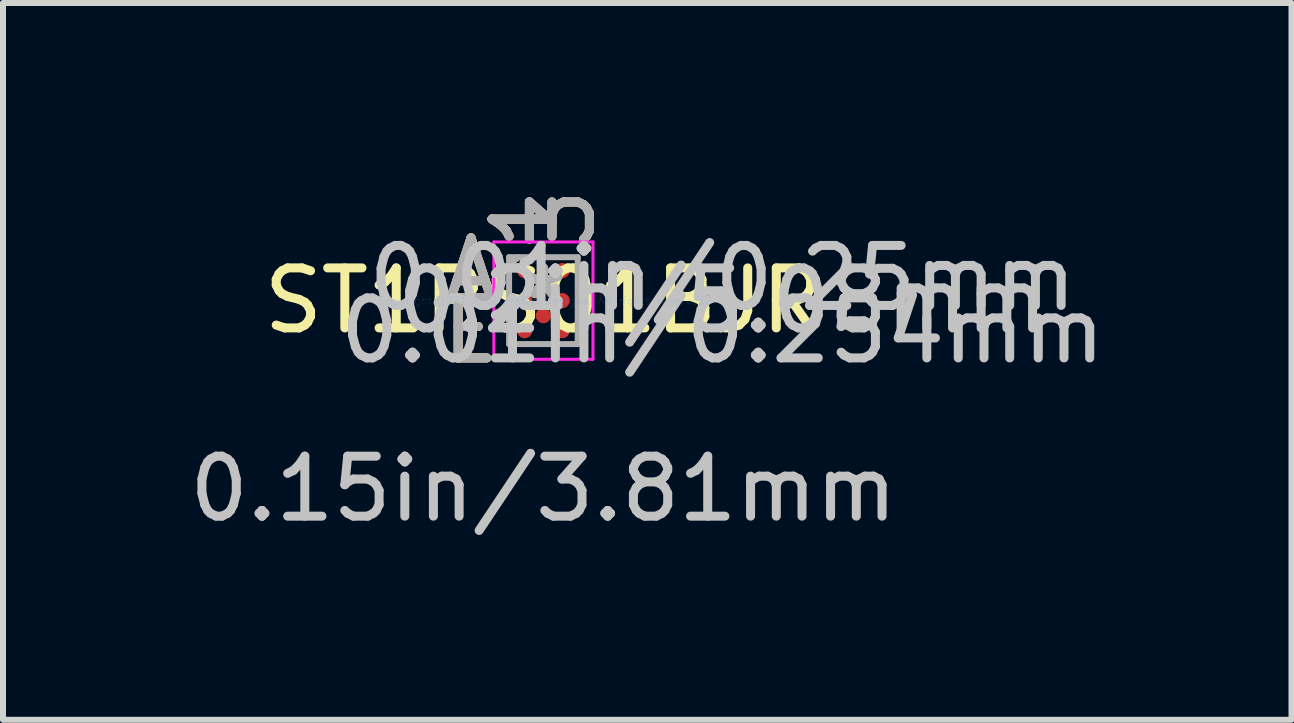
<source format=kicad_pcb>
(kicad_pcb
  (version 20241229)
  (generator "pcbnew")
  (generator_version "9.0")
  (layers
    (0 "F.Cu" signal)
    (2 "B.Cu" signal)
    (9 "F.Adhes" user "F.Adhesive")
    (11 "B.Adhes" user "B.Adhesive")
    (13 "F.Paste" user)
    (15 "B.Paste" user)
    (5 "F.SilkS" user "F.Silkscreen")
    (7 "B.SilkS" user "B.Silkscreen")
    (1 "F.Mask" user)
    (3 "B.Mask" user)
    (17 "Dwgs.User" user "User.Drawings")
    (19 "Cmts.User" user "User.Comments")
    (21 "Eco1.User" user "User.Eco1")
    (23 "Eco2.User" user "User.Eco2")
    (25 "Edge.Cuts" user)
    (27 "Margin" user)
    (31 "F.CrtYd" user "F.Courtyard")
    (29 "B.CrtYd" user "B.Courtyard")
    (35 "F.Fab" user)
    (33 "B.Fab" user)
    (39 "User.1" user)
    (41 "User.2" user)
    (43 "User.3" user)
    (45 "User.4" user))
  (footprint "ST1PS01BJR"
    (layer "F.Cu")
    (at 6.006 1.96)
    (property "Reference" "ST1PS01BJR" (at 0 0 0) (layer "F.SilkS") (effects (font (size 1 1) (thickness 0.15))))
    (attr through_hole)
    (fp_line (start -0.826 -0.978) (end 0.826 -0.978) (stroke (width 0.05) (type solid)) (layer "F.CrtYd"))
    (fp_line (start -0.826 0.978) (end -0.826 -0.978) (stroke (width 0.05) (type solid)) (layer "F.CrtYd"))
    (fp_line (start 0.826 -0.978) (end 0.826 0.978) (stroke (width 0.05) (type solid)) (layer "F.CrtYd"))
    (fp_line (start 0.826 0.978) (end -0.826 0.978) (stroke (width 0.05) (type solid)) (layer "F.CrtYd"))
    (fp_line (start -0.572 -0.724) (end -0.572 0.724) (stroke (width 0.1) (type solid)) (layer "F.Fab"))
    (fp_line (start -0.572 0.724) (end 0.572 0.724) (stroke (width 0.1) (type solid)) (layer "F.Fab"))
    (fp_line (start -0.415 -0.724) (end -0.572 -0.599) (stroke (width 0.1) (type solid)) (layer "F.Fab"))
    (fp_line (start 0.572 -0.724) (end -0.572 -0.724) (stroke (width 0.1) (type solid)) (layer "F.Fab"))
    (fp_line (start 0.572 0.724) (end 0.572 -0.724) (stroke (width 0.1) (type solid)) (layer "F.Fab"))
    (fp_text user "*" (at 0 0 0) (layer "F.SilkS") (effects (font (size 1 1) (thickness 0.15))))
    (fp_text user "3" (at 0.312 -1.359 90) (layer "F.SilkS") (effects (font (size 1 1) (thickness 0.15))))
    (fp_text user "A" (at -1.206 -0.5 0) (layer "F.SilkS") (effects (font (size 1 1) (thickness 0.15))))
    (fp_text user "E" (at -1.206 0.5 0) (layer "F.SilkS") (effects (font (size 1 1) (thickness 0.15))))
    (fp_text user "1" (at -0.312 -1.359 90) (layer "F.SilkS") (effects (font (size 1 1) (thickness 0.15))))
    (fp_text user "A" (at -1.206 -0.5 0) (layer "B.SilkS") (effects (font (size 1 1) (thickness 0.15))))
    (fp_text user "E" (at -1.206 0.5 0) (layer "B.SilkS") (effects (font (size 1 1) (thickness 0.15))))
    (fp_text user "3" (at 0.312 -1.359 90) (layer "B.SilkS") (effects (font (size 1 1) (thickness 0.15))))
    (fp_text user "1" (at -0.312 -1.359 90) (layer "B.SilkS") (effects (font (size 1 1) (thickness 0.15))))
    (fp_text user "0.15in/3.81mm" (at 0 3.137 0) (layer "Dwgs.User") (effects (font (size 1 1) (thickness 0.15))))
    (fp_text user "0.01in/0.25mm" (at 2.985 -0.375 0) (layer "Dwgs.User") (effects (font (size 1 1) (thickness 0.15))))
    (fp_text user "0.01in/0.254mm" (at 2.985 0.5 0) (layer "Dwgs.User") (effects (font (size 1 1) (thickness 0.15))))
    (fp_text user "0.2in/5.08mm" (at 2.985 0 0) (layer "Dwgs.User") (effects (font (size 1 1) (thickness 0.15))))
    (fp_text user "Copyright 2021 Accelerated Designs. All rights reserved." (at 0 0 0) (layer "Cmts.User") (effects (font (size 0.127 0.127) (thickness 0.002))))
    (fp_text user "*" (at 0 0 0) (layer "F.Fab") (effects (font (size 1 1) (thickness 0.15))))
    (fp_text user "1" (at -0.312 -1.359 90) (layer "F.Fab") (effects (font (size 1 1) (thickness 0.15))))
    (fp_text user "3" (at 0.312 -1.359 90) (layer "F.Fab") (effects (font (size 1 1) (thickness 0.15))))
    (fp_text user "A" (at -1.206 -0.5 0) (layer "F.Fab") (effects (font (size 1 1) (thickness 0.15))))
    (fp_text user "E" (at -1.206 0.5 0) (layer "F.Fab") (effects (font (size 1 1) (thickness 0.15))))
    (pad "A1" smd circle (at -0.312 -0.5) (size 0.254 0.254) (layers "F.Cu" "F.Mask" "F.Paste"))
    (pad "A3" smd circle (at 0.312 -0.5) (size 0.254 0.254) (layers "F.Cu" "F.Mask" "F.Paste"))
    (pad "B2" smd circle (at 0 -0.25) (size 0.254 0.254) (layers "F.Cu" "F.Mask" "F.Paste"))
    (pad "C1" smd circle (at -0.312 0) (size 0.254 0.254) (layers "F.Cu" "F.Mask" "F.Paste"))
    (pad "C3" smd circle (at 0.312 0) (size 0.254 0.254) (layers "F.Cu" "F.Mask" "F.Paste"))
    (pad "D2" smd circle (at 0 0.25) (size 0.254 0.254) (layers "F.Cu" "F.Mask" "F.Paste"))
    (pad "E1" smd circle (at -0.312 0.5) (size 0.254 0.254) (layers "F.Cu" "F.Mask" "F.Paste"))
    (pad "E3" smd circle (at 0.312 0.5) (size 0.254 0.254) (layers "F.Cu" "F.Mask" "F.Paste")))
  (gr_rect
    (start -3 -3)
    (end 18.473 8.945)
    (stroke (width 0.1) (type default))
    (fill no)
    (layer "Edge.Cuts")))
</source>
